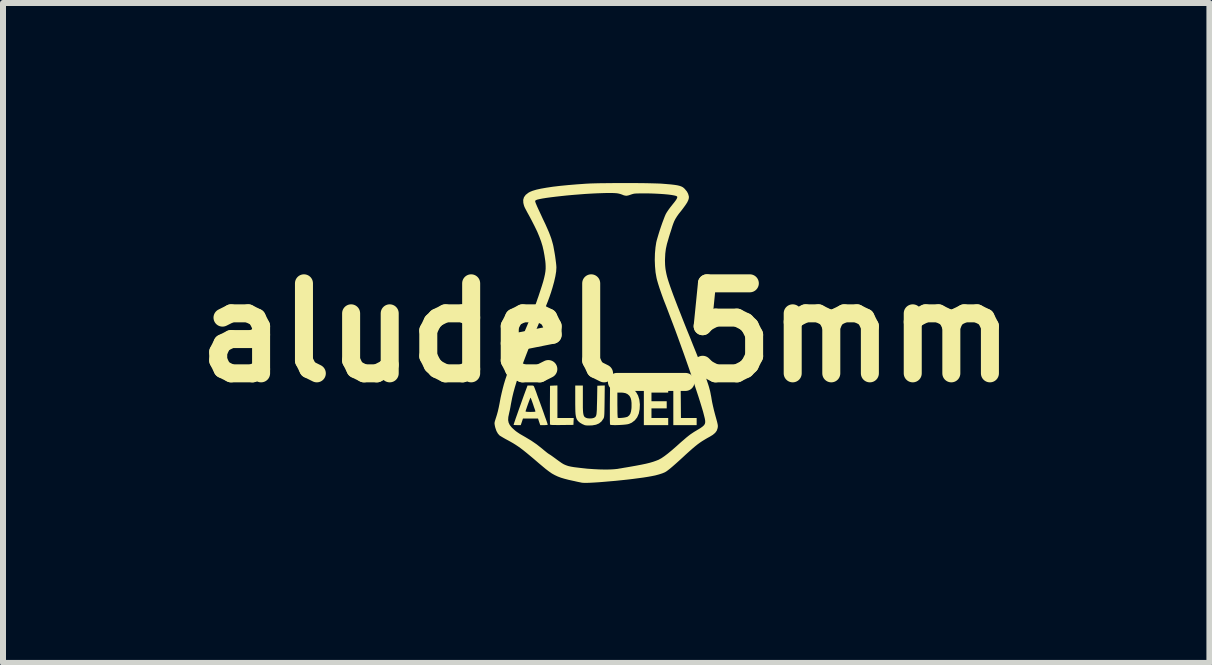
<source format=kicad_pcb>
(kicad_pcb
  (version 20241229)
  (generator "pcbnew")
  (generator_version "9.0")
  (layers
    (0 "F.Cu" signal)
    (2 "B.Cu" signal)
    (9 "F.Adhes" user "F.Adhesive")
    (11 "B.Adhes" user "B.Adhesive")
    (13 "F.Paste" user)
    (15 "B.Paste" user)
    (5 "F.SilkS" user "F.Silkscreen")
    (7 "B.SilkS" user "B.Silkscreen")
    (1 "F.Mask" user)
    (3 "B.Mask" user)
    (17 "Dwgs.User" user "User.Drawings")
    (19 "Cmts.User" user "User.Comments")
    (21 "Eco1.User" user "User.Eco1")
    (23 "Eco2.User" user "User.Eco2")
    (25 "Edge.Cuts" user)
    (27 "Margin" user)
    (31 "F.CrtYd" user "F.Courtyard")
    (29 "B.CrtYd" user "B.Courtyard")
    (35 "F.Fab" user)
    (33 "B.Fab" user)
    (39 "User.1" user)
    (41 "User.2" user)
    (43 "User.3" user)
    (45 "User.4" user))
  (footprint "aludel_5mm"
    (layer "F.Cu")
    (at 7.05 2.492)
    (property "Reference" "aludel_5mm" (at 0 0 0) (layer "F.SilkS") (effects (font (size 1.5 1.5) (thickness 0.3))))
    (attr board_only exclude_from_pos_files exclude_from_bom)
    (fp_poly (pts (xy 1.179 0.882) (xy 1.24 0.885) (xy 1.243 1.154) (xy 1.245 1.422) (xy 1.376 1.422) (xy 1.507 1.422) (xy 1.507 1.482) (xy 1.507 1.541) (xy 1.312 1.541) (xy 1.118 1.541) (xy 1.118 1.21) (xy 1.118 0.88)) (stroke (width 0) (type solid)) (fill yes) (layer "F.SilkS"))
    (fp_poly (pts (xy 1.033 0.94) (xy 1.033 0.999) (xy 0.893 0.999) (xy 0.754 0.999) (xy 0.754 1.071) (xy 0.754 1.143) (xy 0.881 1.143) (xy 1.008 1.143) (xy 1.008 1.202) (xy 1.008 1.262) (xy 0.881 1.262) (xy 0.754 1.262) (xy 0.754 1.342) (xy 0.754 1.422) (xy 0.893 1.422) (xy 1.033 1.422) (xy 1.033 1.482) (xy 1.033 1.541) (xy 0.83 1.541) (xy 0.627 1.541) (xy 0.627 1.211) (xy 0.627 0.881) (xy 0.83 0.881) (xy 1.033 0.881)) (stroke (width 0) (type solid)) (fill yes) (layer "F.SilkS"))
    (fp_poly (pts (xy -0.813 1.151) (xy -0.813 1.422) (xy -0.677 1.422) (xy -0.541 1.422) (xy -0.544 1.48) (xy -0.546 1.537) (xy -0.739 1.539) (xy -0.804 1.54) (xy -0.854 1.539) (xy -0.89 1.539) (xy -0.915 1.537) (xy -0.93 1.534) (xy -0.936 1.531) (xy -0.936 1.53) (xy -0.937 1.52) (xy -0.937 1.494) (xy -0.938 1.455) (xy -0.938 1.406) (xy -0.938 1.347) (xy -0.938 1.28) (xy -0.938 1.209) (xy -0.938 1.202) (xy -0.936 0.885) (xy -0.874 0.882) (xy -0.813 0.88)) (stroke (width 0) (type solid)) (fill yes) (layer "F.SilkS"))
    (fp_poly (pts (xy -0.027 1.141) (xy -0.028 1.214) (xy -0.029 1.273) (xy -0.03 1.319) (xy -0.031 1.353) (xy -0.033 1.379) (xy -0.035 1.398) (xy -0.038 1.413) (xy -0.042 1.424) (xy -0.047 1.434) (xy -0.048 1.435) (xy -0.079 1.48) (xy -0.12 1.513) (xy -0.17 1.534) (xy -0.232 1.545) (xy -0.258 1.546) (xy -0.295 1.547) (xy -0.328 1.546) (xy -0.351 1.543) (xy -0.356 1.542) (xy -0.398 1.524) (xy -0.438 1.5) (xy -0.467 1.475) (xy -0.469 1.473) (xy -0.482 1.456) (xy -0.492 1.438) (xy -0.5 1.416) (xy -0.506 1.39) (xy -0.511 1.356) (xy -0.514 1.312) (xy -0.515 1.258) (xy -0.516 1.19) (xy -0.516 1.12) (xy -0.516 0.881) (xy -0.453 0.881) (xy -0.389 0.881) (xy -0.389 1.114) (xy -0.389 1.191) (xy -0.389 1.252) (xy -0.387 1.3) (xy -0.384 1.337) (xy -0.379 1.365) (xy -0.373 1.384) (xy -0.365 1.399) (xy -0.354 1.409) (xy -0.34 1.417) (xy -0.338 1.419) (xy -0.31 1.427) (xy -0.273 1.43) (xy -0.237 1.428) (xy -0.208 1.421) (xy -0.194 1.414) (xy -0.183 1.406) (xy -0.174 1.395) (xy -0.167 1.379) (xy -0.162 1.357) (xy -0.159 1.326) (xy -0.156 1.285) (xy -0.155 1.231) (xy -0.153 1.163) (xy -0.152 1.126) (xy -0.148 0.885) (xy -0.086 0.882) (xy -0.024 0.88)) (stroke (width 0) (type solid)) (fill yes) (layer "F.SilkS"))
    (fp_poly (pts (xy 0.203 0.885) (xy 0.255 0.885) (xy 0.294 0.886) (xy 0.322 0.888) (xy 0.344 0.891) (xy 0.362 0.895) (xy 0.38 0.902) (xy 0.396 0.91) (xy 0.453 0.944) (xy 0.498 0.991) (xy 0.531 1.049) (xy 0.552 1.117) (xy 0.561 1.196) (xy 0.557 1.276) (xy 0.543 1.349) (xy 0.516 1.411) (xy 0.477 1.461) (xy 0.426 1.5) (xy 0.381 1.52) (xy 0.358 1.526) (xy 0.324 1.531) (xy 0.283 1.535) (xy 0.238 1.538) (xy 0.192 1.54) (xy 0.149 1.541) (xy 0.111 1.54) (xy 0.082 1.538) (xy 0.066 1.534) (xy 0.064 1.532) (xy 0.063 1.521) (xy 0.062 1.495) (xy 0.061 1.456) (xy 0.061 1.406) (xy 0.061 1.347) (xy 0.061 1.28) (xy 0.061 1.209) (xy 0.061 1.202) (xy 0.063 0.999) (xy 0.186 0.999) (xy 0.186 1.205) (xy 0.187 1.263) (xy 0.187 1.314) (xy 0.188 1.358) (xy 0.19 1.392) (xy 0.191 1.412) (xy 0.193 1.418) (xy 0.206 1.422) (xy 0.23 1.422) (xy 0.262 1.42) (xy 0.296 1.416) (xy 0.327 1.41) (xy 0.351 1.403) (xy 0.357 1.4) (xy 0.383 1.379) (xy 0.402 1.35) (xy 0.414 1.31) (xy 0.421 1.258) (xy 0.422 1.231) (xy 0.422 1.172) (xy 0.417 1.126) (xy 0.407 1.089) (xy 0.391 1.059) (xy 0.38 1.046) (xy 0.353 1.023) (xy 0.32 1.008) (xy 0.277 1) (xy 0.239 0.999) (xy 0.186 0.999) (xy 0.063 0.999) (xy 0.064 0.885)) (stroke (width 0) (type solid)) (fill yes) (layer "F.SilkS"))
    (fp_poly (pts (xy -1.232 0.881) (xy -1.216 0.884) (xy -1.206 0.892) (xy -1.199 0.907) (xy -1.198 0.91) (xy -1.191 0.927) (xy -1.18 0.956) (xy -1.165 0.996) (xy -1.148 1.045) (xy -1.128 1.1) (xy -1.106 1.159) (xy -1.084 1.22) (xy -1.062 1.281) (xy -1.041 1.34) (xy -1.022 1.395) (xy -1.004 1.444) (xy -0.99 1.484) (xy -0.98 1.514) (xy -0.975 1.531) (xy -0.974 1.534) (xy -0.981 1.537) (xy -1.002 1.54) (xy -1.031 1.541) (xy -1.036 1.541) (xy -1.099 1.541) (xy -1.118 1.486) (xy -1.136 1.431) (xy -1.262 1.431) (xy -1.387 1.431) (xy -1.405 1.486) (xy -1.424 1.541) (xy -1.481 1.541) (xy -1.51 1.54) (xy -1.533 1.539) (xy -1.543 1.537) (xy -1.541 1.528) (xy -1.534 1.506) (xy -1.522 1.471) (xy -1.507 1.426) (xy -1.488 1.373) (xy -1.467 1.313) (xy -1.466 1.31) (xy -1.344 1.31) (xy -1.342 1.315) (xy -1.329 1.318) (xy -1.303 1.32) (xy -1.262 1.321) (xy -1.262 1.321) (xy -1.221 1.32) (xy -1.195 1.319) (xy -1.181 1.315) (xy -1.179 1.31) (xy -1.179 1.31) (xy -1.183 1.299) (xy -1.191 1.274) (xy -1.203 1.241) (xy -1.216 1.201) (xy -1.219 1.192) (xy -1.233 1.152) (xy -1.245 1.119) (xy -1.255 1.095) (xy -1.26 1.084) (xy -1.261 1.084) (xy -1.266 1.091) (xy -1.274 1.112) (xy -1.286 1.143) (xy -1.3 1.181) (xy -1.304 1.192) (xy -1.318 1.232) (xy -1.33 1.268) (xy -1.339 1.294) (xy -1.344 1.309) (xy -1.344 1.31) (xy -1.466 1.31) (xy -1.444 1.248) (xy -1.42 1.181) (xy -1.396 1.113) (xy -1.372 1.046) (xy -1.348 0.981) (xy -1.326 0.922) (xy -1.324 0.917) (xy -1.311 0.881) (xy -1.26 0.881)) (stroke (width 0) (type solid)) (fill yes) (layer "F.SilkS"))
    (fp_poly (pts (xy 0.372 -2.492) (xy 0.474 -2.492) (xy 0.572 -2.491) (xy 0.665 -2.49) (xy 0.749 -2.488) (xy 0.822 -2.486) (xy 0.883 -2.484) (xy 0.923 -2.482) (xy 1.009 -2.475) (xy 1.08 -2.469) (xy 1.138 -2.462) (xy 1.184 -2.455) (xy 1.221 -2.446) (xy 1.25 -2.436) (xy 1.274 -2.424) (xy 1.294 -2.409) (xy 1.311 -2.392) (xy 1.344 -2.352) (xy 1.364 -2.315) (xy 1.376 -2.274) (xy 1.377 -2.27) (xy 1.377 -2.242) (xy 1.368 -2.209) (xy 1.349 -2.169) (xy 1.319 -2.123) (xy 1.278 -2.067) (xy 1.249 -2.029) (xy 1.208 -1.978) (xy 1.177 -1.934) (xy 1.153 -1.895) (xy 1.133 -1.856) (xy 1.116 -1.813) (xy 1.098 -1.761) (xy 1.096 -1.753) (xy 1.081 -1.705) (xy 1.063 -1.65) (xy 1.046 -1.595) (xy 1.038 -1.567) (xy 1.012 -1.478) (xy 0.994 -1.396) (xy 0.984 -1.316) (xy 0.98 -1.231) (xy 0.979 -1.202) (xy 0.98 -1.165) (xy 0.981 -1.13) (xy 0.984 -1.094) (xy 0.988 -1.058) (xy 0.995 -1.019) (xy 1.003 -0.978) (xy 1.014 -0.933) (xy 1.028 -0.884) (xy 1.046 -0.828) (xy 1.067 -0.766) (xy 1.092 -0.696) (xy 1.121 -0.617) (xy 1.155 -0.528) (xy 1.193 -0.429) (xy 1.237 -0.318) (xy 1.286 -0.193) (xy 1.341 -0.055) (xy 1.393 0.072) (xy 1.445 0.203) (xy 1.492 0.319) (xy 1.533 0.422) (xy 1.569 0.513) (xy 1.6 0.593) (xy 1.627 0.662) (xy 1.65 0.723) (xy 1.67 0.777) (xy 1.686 0.824) (xy 1.7 0.866) (xy 1.712 0.904) (xy 1.721 0.938) (xy 1.73 0.971) (xy 1.737 1.004) (xy 1.743 1.037) (xy 1.75 1.071) (xy 1.756 1.109) (xy 1.756 1.109) (xy 1.766 1.164) (xy 1.78 1.228) (xy 1.796 1.296) (xy 1.813 1.361) (xy 1.822 1.394) (xy 1.837 1.448) (xy 1.848 1.489) (xy 1.855 1.519) (xy 1.859 1.541) (xy 1.86 1.559) (xy 1.859 1.574) (xy 1.856 1.59) (xy 1.855 1.595) (xy 1.841 1.635) (xy 1.815 1.67) (xy 1.776 1.703) (xy 1.727 1.733) (xy 1.678 1.76) (xy 1.636 1.785) (xy 1.597 1.809) (xy 1.56 1.834) (xy 1.523 1.861) (xy 1.483 1.893) (xy 1.439 1.93) (xy 1.389 1.974) (xy 1.33 2.027) (xy 1.275 2.078) (xy 1.207 2.14) (xy 1.15 2.191) (xy 1.103 2.232) (xy 1.064 2.265) (xy 1.032 2.29) (xy 1.005 2.31) (xy 0.982 2.324) (xy 0.972 2.329) (xy 0.933 2.345) (xy 0.88 2.362) (xy 0.817 2.379) (xy 0.747 2.393) (xy 0.69 2.403) (xy 0.614 2.415) (xy 0.531 2.426) (xy 0.441 2.438) (xy 0.348 2.449) (xy 0.252 2.459) (xy 0.156 2.469) (xy 0.062 2.477) (xy -0.029 2.485) (xy -0.115 2.492) (xy -0.193 2.497) (xy -0.263 2.501) (xy -0.321 2.503) (xy -0.367 2.503) (xy -0.398 2.501) (xy -0.402 2.501) (xy -0.42 2.497) (xy -0.45 2.491) (xy -0.489 2.483) (xy -0.532 2.473) (xy -0.542 2.471) (xy -0.624 2.453) (xy -0.694 2.435) (xy -0.754 2.417) (xy -0.807 2.397) (xy -0.856 2.374) (xy -0.905 2.347) (xy -0.955 2.312) (xy -1.009 2.271) (xy -1.07 2.22) (xy -1.126 2.173) (xy -1.204 2.106) (xy -1.272 2.049) (xy -1.33 2.001) (xy -1.381 1.96) (xy -1.427 1.925) (xy -1.469 1.895) (xy -1.51 1.868) (xy -1.55 1.843) (xy -1.592 1.819) (xy -1.637 1.794) (xy -1.641 1.792) (xy -1.682 1.77) (xy -1.72 1.748) (xy -1.752 1.729) (xy -1.773 1.716) (xy -1.776 1.714) (xy -1.804 1.683) (xy -1.829 1.639) (xy -1.848 1.583) (xy -1.855 1.553) (xy -1.859 1.53) (xy -1.861 1.511) (xy -1.859 1.492) (xy -1.853 1.469) (xy -1.849 1.457) (xy -1.634 1.457) (xy -1.626 1.499) (xy -1.607 1.539) (xy -1.576 1.578) (xy -1.556 1.597) (xy -1.53 1.621) (xy -1.504 1.643) (xy -1.474 1.664) (xy -1.438 1.688) (xy -1.393 1.714) (xy -1.343 1.743) (xy -1.248 1.8) (xy -1.159 1.861) (xy -1.069 1.932) (xy -1.043 1.954) (xy -1.011 1.98) (xy -0.981 2.004) (xy -0.957 2.021) (xy -0.944 2.029) (xy -0.928 2.039) (xy -0.902 2.057) (xy -0.869 2.081) (xy -0.832 2.108) (xy -0.82 2.117) (xy -0.777 2.148) (xy -0.74 2.174) (xy -0.706 2.194) (xy -0.671 2.209) (xy -0.634 2.222) (xy -0.59 2.232) (xy -0.538 2.241) (xy -0.473 2.249) (xy -0.414 2.256) (xy -0.314 2.267) (xy -0.213 2.274) (xy -0.116 2.279) (xy -0.024 2.281) (xy 0.059 2.28) (xy 0.131 2.276) (xy 0.189 2.27) (xy 0.195 2.269) (xy 0.215 2.265) (xy 0.249 2.26) (xy 0.293 2.252) (xy 0.342 2.244) (xy 0.389 2.236) (xy 0.495 2.217) (xy 0.585 2.2) (xy 0.662 2.184) (xy 0.727 2.168) (xy 0.784 2.151) (xy 0.832 2.134) (xy 0.875 2.117) (xy 0.878 2.115) (xy 0.92 2.092) (xy 0.97 2.058) (xy 1.029 2.013) (xy 1.098 1.956) (xy 1.178 1.886) (xy 1.19 1.875) (xy 1.247 1.824) (xy 1.295 1.783) (xy 1.334 1.749) (xy 1.369 1.721) (xy 1.4 1.697) (xy 1.431 1.676) (xy 1.464 1.654) (xy 1.501 1.632) (xy 1.519 1.621) (xy 1.569 1.591) (xy 1.604 1.566) (xy 1.629 1.543) (xy 1.643 1.521) (xy 1.649 1.498) (xy 1.649 1.47) (xy 1.648 1.462) (xy 1.642 1.428) (xy 1.63 1.38) (xy 1.614 1.318) (xy 1.592 1.244) (xy 1.566 1.159) (xy 1.536 1.064) (xy 1.502 0.961) (xy 1.465 0.85) (xy 1.426 0.733) (xy 1.384 0.611) (xy 1.34 0.485) (xy 1.295 0.357) (xy 1.248 0.227) (xy 1.201 0.097) (xy 1.154 -0.032) (xy 1.106 -0.159) (xy 1.059 -0.282) (xy 1.014 -0.401) (xy 0.997 -0.445) (xy 0.956 -0.549) (xy 0.921 -0.646) (xy 0.89 -0.735) (xy 0.865 -0.814) (xy 0.846 -0.88) (xy 0.838 -0.914) (xy 0.822 -1.005) (xy 0.813 -1.106) (xy 0.809 -1.212) (xy 0.812 -1.319) (xy 0.821 -1.421) (xy 0.834 -1.505) (xy 0.843 -1.542) (xy 0.857 -1.59) (xy 0.874 -1.647) (xy 0.893 -1.708) (xy 0.914 -1.77) (xy 0.935 -1.83) (xy 0.956 -1.886) (xy 0.974 -1.933) (xy 0.989 -1.968) (xy 0.995 -1.98) (xy 1.012 -2.009) (xy 1.037 -2.046) (xy 1.067 -2.087) (xy 1.099 -2.127) (xy 1.101 -2.13) (xy 1.138 -2.176) (xy 1.163 -2.21) (xy 1.178 -2.236) (xy 1.184 -2.254) (xy 1.182 -2.266) (xy 1.179 -2.27) (xy 1.163 -2.278) (xy 1.131 -2.286) (xy 1.087 -2.294) (xy 1.031 -2.301) (xy 0.966 -2.307) (xy 0.894 -2.312) (xy 0.816 -2.316) (xy 0.735 -2.319) (xy 0.652 -2.32) (xy 0.637 -2.32) (xy 0.578 -2.32) (xy 0.532 -2.319) (xy 0.497 -2.318) (xy 0.471 -2.316) (xy 0.45 -2.312) (xy 0.432 -2.307) (xy 0.417 -2.302) (xy 0.376 -2.288) (xy 0.344 -2.281) (xy 0.317 -2.282) (xy 0.29 -2.289) (xy 0.266 -2.299) (xy 0.241 -2.308) (xy 0.212 -2.316) (xy 0.179 -2.322) (xy 0.138 -2.325) (xy 0.088 -2.327) (xy 0.027 -2.327) (xy -0.046 -2.325) (xy -0.133 -2.322) (xy -0.161 -2.321) (xy -0.259 -2.316) (xy -0.359 -2.31) (xy -0.46 -2.302) (xy -0.561 -2.294) (xy -0.659 -2.285) (xy -0.753 -2.275) (xy -0.842 -2.265) (xy -0.924 -2.255) (xy -0.997 -2.245) (xy -1.06 -2.235) (xy -1.111 -2.225) (xy -1.149 -2.216) (xy -1.171 -2.207) (xy -1.174 -2.205) (xy -1.182 -2.198) (xy -1.184 -2.188) (xy -1.179 -2.171) (xy -1.173 -2.154) (xy -1.165 -2.135) (xy -1.152 -2.104) (xy -1.133 -2.062) (xy -1.11 -2.013) (xy -1.084 -1.957) (xy -1.057 -1.898) (xy -1.053 -1.89) (xy -1.013 -1.806) (xy -0.981 -1.734) (xy -0.954 -1.672) (xy -0.933 -1.617) (xy -0.915 -1.567) (xy -0.901 -1.52) (xy -0.888 -1.473) (xy -0.881 -1.444) (xy -0.872 -1.395) (xy -0.862 -1.34) (xy -0.852 -1.281) (xy -0.844 -1.222) (xy -0.837 -1.168) (xy -0.832 -1.122) (xy -0.83 -1.088) (xy -0.83 -1.084) (xy -0.834 -1.018) (xy -0.847 -0.939) (xy -0.868 -0.847) (xy -0.897 -0.742) (xy -0.898 -0.74) (xy -0.909 -0.705) (xy -0.919 -0.671) (xy -0.931 -0.637) (xy -0.943 -0.601) (xy -0.957 -0.563) (xy -0.973 -0.52) (xy -0.993 -0.47) (xy -1.016 -0.413) (xy -1.043 -0.346) (xy -1.075 -0.268) (xy -1.112 -0.178) (xy -1.147 -0.094) (xy -1.216 0.074) (xy -1.278 0.228) (xy -1.333 0.369) (xy -1.382 0.498) (xy -1.425 0.615) (xy -1.463 0.723) (xy -1.495 0.822) (xy -1.523 0.914) (xy -1.546 0.998) (xy -1.565 1.077) (xy -1.58 1.152) (xy -1.588 1.194) (xy -1.596 1.24) (xy -1.605 1.288) (xy -1.615 1.33) (xy -1.618 1.345) (xy -1.631 1.406) (xy -1.634 1.457) (xy -1.849 1.457) (xy -1.843 1.437) (xy -1.835 1.413) (xy -1.821 1.368) (xy -1.805 1.31) (xy -1.79 1.244) (xy -1.776 1.174) (xy -1.774 1.162) (xy -1.759 1.082) (xy -1.742 1.006) (xy -1.724 0.932) (xy -1.704 0.857) (xy -1.681 0.781) (xy -1.654 0.701) (xy -1.623 0.616) (xy -1.588 0.523) (xy -1.548 0.422) (xy -1.501 0.31) (xy -1.448 0.186) (xy -1.412 0.102) (xy -1.365 -0.006) (xy -1.325 -0.1) (xy -1.29 -0.184) (xy -1.259 -0.258) (xy -1.232 -0.326) (xy -1.207 -0.389) (xy -1.184 -0.45) (xy -1.162 -0.51) (xy -1.141 -0.572) (xy -1.13 -0.602) (xy -1.098 -0.699) (xy -1.071 -0.782) (xy -1.049 -0.854) (xy -1.033 -0.916) (xy -1.021 -0.97) (xy -1.013 -1.019) (xy -1.009 -1.064) (xy -1.009 -1.108) (xy -1.011 -1.152) (xy -1.015 -1.194) (xy -1.028 -1.282) (xy -1.043 -1.364) (xy -1.061 -1.442) (xy -1.085 -1.52) (xy -1.114 -1.598) (xy -1.149 -1.682) (xy -1.192 -1.771) (xy -1.243 -1.871) (xy -1.284 -1.948) (xy -1.313 -2) (xy -1.334 -2.04) (xy -1.35 -2.07) (xy -1.361 -2.093) (xy -1.368 -2.111) (xy -1.373 -2.128) (xy -1.377 -2.145) (xy -1.381 -2.162) (xy -1.383 -2.212) (xy -1.37 -2.256) (xy -1.341 -2.296) (xy -1.296 -2.331) (xy -1.269 -2.346) (xy -1.224 -2.364) (xy -1.163 -2.382) (xy -1.086 -2.399) (xy -0.995 -2.415) (xy -0.889 -2.431) (xy -0.77 -2.445) (xy -0.639 -2.458) (xy -0.495 -2.47) (xy -0.341 -2.481) (xy -0.322 -2.482) (xy -0.268 -2.485) (xy -0.2 -2.487) (xy -0.121 -2.489) (xy -0.033 -2.49) (xy 0.063 -2.491) (xy 0.164 -2.492) (xy 0.267 -2.492)) (stroke (width 0) (type solid)) (fill yes) (layer "F.SilkS")))
  (gr_rect
    (start -3 -3)
    (end 17.1 7.995)
    (stroke (width 0.1) (type default))
    (fill no)
    (layer "Edge.Cuts")))
</source>
